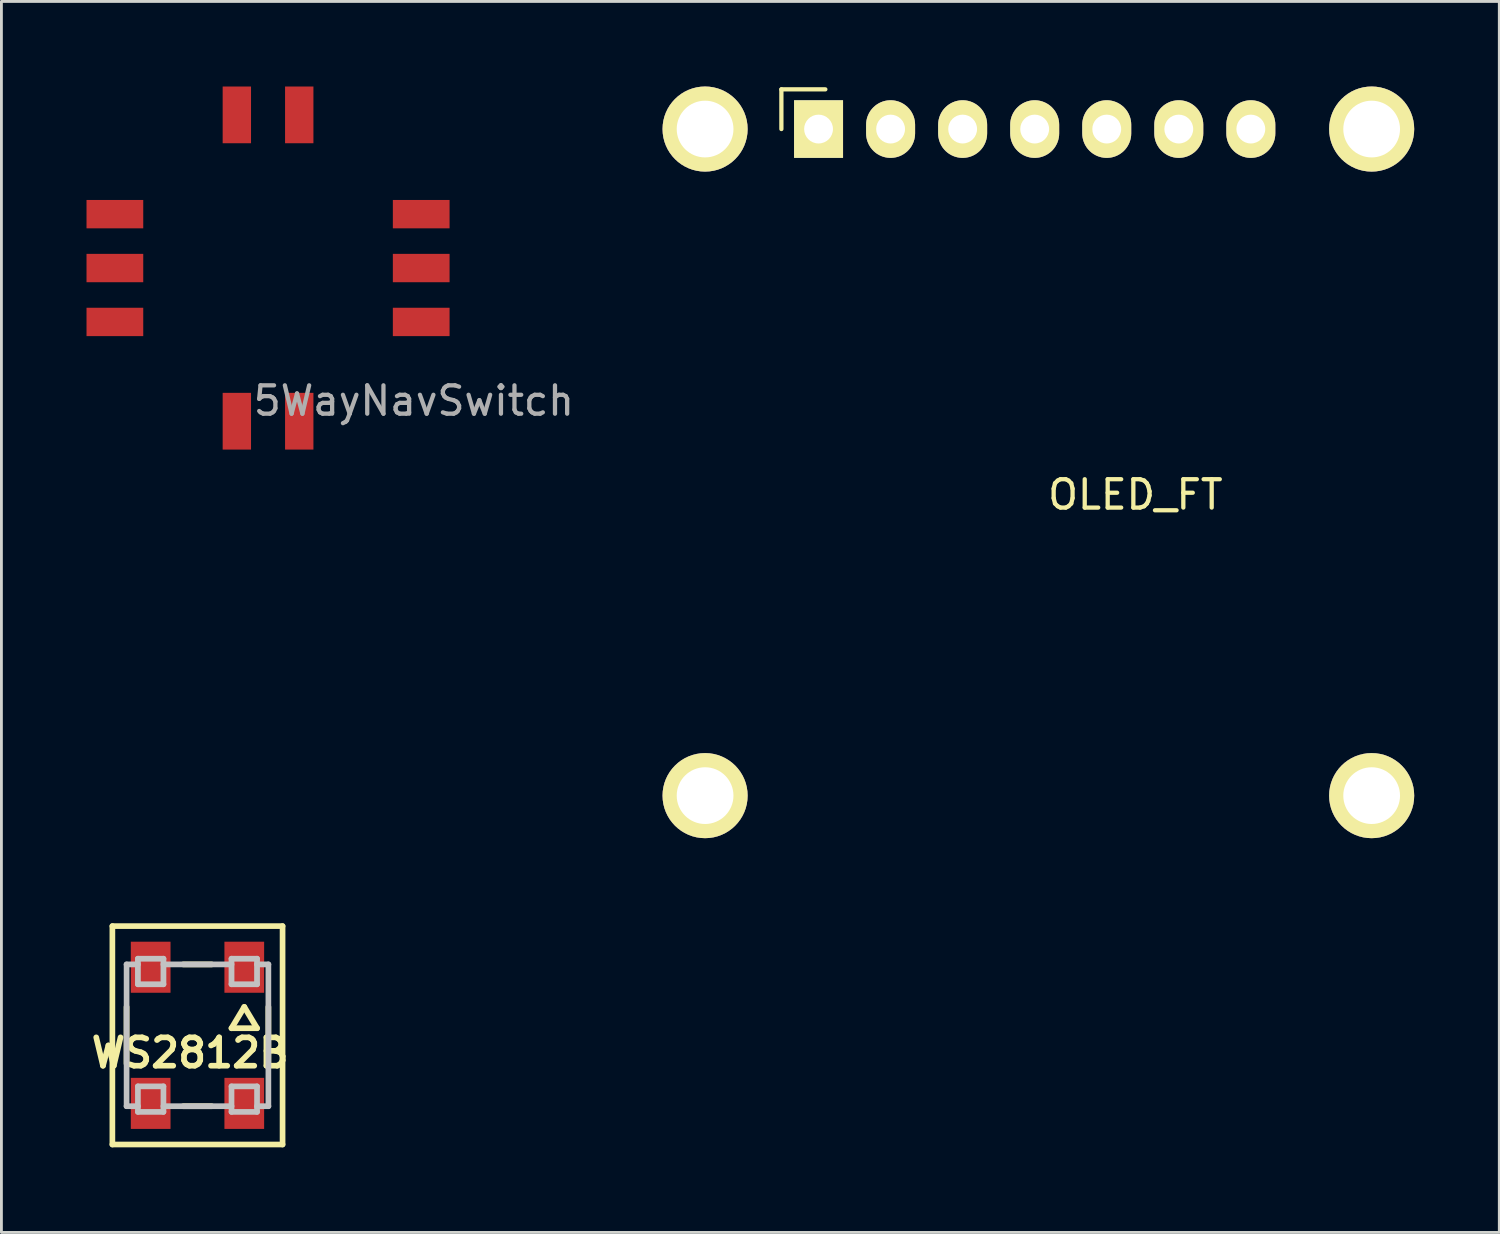
<source format=kicad_pcb>
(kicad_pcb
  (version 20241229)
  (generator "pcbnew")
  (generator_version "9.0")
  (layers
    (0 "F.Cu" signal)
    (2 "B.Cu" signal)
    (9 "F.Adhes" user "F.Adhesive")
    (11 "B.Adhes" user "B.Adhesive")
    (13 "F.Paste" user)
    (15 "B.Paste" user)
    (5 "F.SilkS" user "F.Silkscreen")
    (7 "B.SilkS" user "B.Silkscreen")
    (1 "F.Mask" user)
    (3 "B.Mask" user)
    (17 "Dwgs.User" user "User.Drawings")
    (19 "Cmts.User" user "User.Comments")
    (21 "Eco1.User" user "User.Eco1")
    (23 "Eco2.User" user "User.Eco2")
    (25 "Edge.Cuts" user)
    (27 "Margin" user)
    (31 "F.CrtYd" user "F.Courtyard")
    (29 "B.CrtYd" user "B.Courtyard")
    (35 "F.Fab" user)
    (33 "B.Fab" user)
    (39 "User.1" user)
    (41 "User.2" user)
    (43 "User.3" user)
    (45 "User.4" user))
  (footprint "WS2812B"
    (layer "F.Cu")
    (at 3.912 33.45)
    (property "Reference" "WS2812B" (at -0.26 0.62 0) (layer "F.SilkS") (effects (font (size 1 1) (thickness 0.2))))
    (attr through_hole)
    (fp_line (start -3 -3.85) (end 3 -3.85) (stroke (width 0.2) (type solid)) (layer "F.SilkS"))
    (fp_line (start -3 3.85) (end -3 -3.85) (stroke (width 0.2) (type solid)) (layer "F.SilkS"))
    (fp_line (start -2.5 -1) (end -2.5 1) (stroke (width 0.203) (type solid)) (layer "F.SilkS"))
    (fp_line (start -0.5 -2.5) (end 0.5 -2.5) (stroke (width 0.203) (type solid)) (layer "F.SilkS"))
    (fp_line (start -0.5 2.5) (end 0.5 2.5) (stroke (width 0.203) (type solid)) (layer "F.SilkS"))
    (fp_line (start 1.2 -0.25) (end 2.1 -0.25) (stroke (width 0.203) (type solid)) (layer "F.SilkS"))
    (fp_line (start 1.65 -1) (end 1.2 -0.25) (stroke (width 0.203) (type solid)) (layer "F.SilkS"))
    (fp_line (start 2.1 -0.25) (end 1.65 -1) (stroke (width 0.203) (type solid)) (layer "F.SilkS"))
    (fp_line (start 2.5 -1) (end 2.5 1) (stroke (width 0.203) (type solid)) (layer "F.SilkS"))
    (fp_line (start 3 -3.85) (end 3 3.85) (stroke (width 0.2) (type solid)) (layer "F.SilkS"))
    (fp_line (start 3 3.85) (end -3 3.85) (stroke (width 0.2) (type solid)) (layer "F.SilkS"))
    (fp_line (start -2.5 -2.5) (end -2.1 -2.5) (stroke (width 0.203) (type solid)) (layer "Dwgs.User"))
    (fp_line (start -2.5 2.5) (end -2.1 2.5) (stroke (width 0.203) (type solid)) (layer "Dwgs.User"))
    (fp_line (start -2.499 2.499) (end -2.499 -2.499) (stroke (width 0.2) (type solid)) (layer "Dwgs.User"))
    (fp_line (start -2.1 -2.7) (end -1.2 -2.7) (stroke (width 0.203) (type solid)) (layer "Dwgs.User"))
    (fp_line (start -2.1 -1.8) (end -2.1 -2.7) (stroke (width 0.203) (type solid)) (layer "Dwgs.User"))
    (fp_line (start -2.1 1.8) (end -1.2 1.8) (stroke (width 0.2) (type solid)) (layer "Dwgs.User"))
    (fp_line (start -2.1 2.7) (end -2.1 1.8) (stroke (width 0.2) (type solid)) (layer "Dwgs.User"))
    (fp_line (start -1.2 -2.7) (end -1.2 -1.8) (stroke (width 0.203) (type solid)) (layer "Dwgs.User"))
    (fp_line (start -1.2 -2.5) (end 1.2 -2.5) (stroke (width 0.203) (type solid)) (layer "Dwgs.User"))
    (fp_line (start -1.2 -1.8) (end -2.1 -1.8) (stroke (width 0.203) (type solid)) (layer "Dwgs.User"))
    (fp_line (start -1.2 1.8) (end -1.2 2.7) (stroke (width 0.2) (type solid)) (layer "Dwgs.User"))
    (fp_line (start -1.2 2.5) (end 1.2 2.5) (stroke (width 0.203) (type solid)) (layer "Dwgs.User"))
    (fp_line (start -1.2 2.7) (end -2.1 2.7) (stroke (width 0.2) (type solid)) (layer "Dwgs.User"))
    (fp_line (start 1.2 -2.7) (end 1.2 -1.8) (stroke (width 0.203) (type solid)) (layer "Dwgs.User"))
    (fp_line (start 1.2 -1.8) (end 2.1 -1.8) (stroke (width 0.203) (type solid)) (layer "Dwgs.User"))
    (fp_line (start 1.2 1.8) (end 2.1 1.8) (stroke (width 0.2) (type solid)) (layer "Dwgs.User"))
    (fp_line (start 1.2 2.7) (end 1.2 1.8) (stroke (width 0.2) (type solid)) (layer "Dwgs.User"))
    (fp_line (start 2.1 -2.7) (end 1.2 -2.7) (stroke (width 0.203) (type solid)) (layer "Dwgs.User"))
    (fp_line (start 2.1 -2.5) (end 2.5 -2.5) (stroke (width 0.203) (type solid)) (layer "Dwgs.User"))
    (fp_line (start 2.1 -1.8) (end 2.1 -2.7) (stroke (width 0.203) (type solid)) (layer "Dwgs.User"))
    (fp_line (start 2.1 1.8) (end 2.1 2.7) (stroke (width 0.2) (type solid)) (layer "Dwgs.User"))
    (fp_line (start 2.1 2.5) (end 2.5 2.5) (stroke (width 0.203) (type solid)) (layer "Dwgs.User"))
    (fp_line (start 2.1 2.7) (end 1.2 2.7) (stroke (width 0.2) (type solid)) (layer "Dwgs.User"))
    (fp_line (start 2.5 -2.5) (end 2.5 2.5) (stroke (width 0.2) (type solid)) (layer "Dwgs.User"))
    (pad "1" smd rect (at 1.65 -2.4) (size 1.4 1.8) (layers "F.Cu" "F.Mask" "F.Paste"))
    (pad "2" smd rect (at -1.65 -2.4) (size 1.4 1.8) (layers "F.Cu" "F.Mask" "F.Paste"))
    (pad "3" smd rect (at -1.65 2.4) (size 1.4 1.8) (layers "F.Cu" "F.Mask" "F.Paste"))
    (pad "4" smd rect (at 1.65 2.4) (size 1.4 1.8) (layers "F.Cu" "F.Mask" "F.Paste")))
  (footprint "OLED_FT"
    (layer "F.Cu")
    (at 29.348 1.5)
    (property "Reference" "OLED_FT" (at 7.63 12.89 0) (layer "F.SilkS") (effects (font (size 1 1) (thickness 0.15))))
    (attr through_hole)
    (fp_line (start -4.85 -1.4) (end -4.85 0) (stroke (width 0.15) (type solid)) (layer "F.SilkS"))
    (fp_line (start -3.3 -1.4) (end -4.85 -1.4) (stroke (width 0.15) (type solid)) (layer "F.SilkS"))
    (pad "" thru_hole circle (at -7.54 0) (size 3 3) (drill 2) (layers "*.Cu" "*.Mask" "F.SilkS"))
    (pad "" thru_hole circle (at -7.54 23.5) (size 3 3) (drill 2) (layers "*.Cu" "*.Mask" "F.SilkS"))
    (pad "" thru_hole circle (at 15.96 0) (size 3 3) (drill 2) (layers "*.Cu" "*.Mask" "F.SilkS"))
    (pad "" thru_hole circle (at 15.96 23.5) (size 3 3) (drill 2) (layers "*.Cu" "*.Mask" "F.SilkS"))
    (pad "1" thru_hole rect (at -3.54 0) (size 1.727 2.032) (drill 1.016) (layers "*.Cu" "*.Mask" "F.SilkS"))
    (pad "2" thru_hole oval (at -1 0) (size 1.727 2.032) (drill 1.016) (layers "*.Cu" "*.Mask" "F.SilkS"))
    (pad "3" thru_hole oval (at 1.54 0) (size 1.727 2.032) (drill 1.016) (layers "*.Cu" "*.Mask" "F.SilkS"))
    (pad "4" thru_hole oval (at 4.08 0) (size 1.727 2.032) (drill 1.016) (layers "*.Cu" "*.Mask" "F.SilkS"))
    (pad "5" thru_hole oval (at 6.62 0) (size 1.727 2.032) (drill 1.016) (layers "*.Cu" "*.Mask" "F.SilkS"))
    (pad "6" thru_hole oval (at 9.16 0) (size 1.727 2.032) (drill 1.016) (layers "*.Cu" "*.Mask" "F.SilkS"))
    (pad "7" thru_hole oval (at 11.7 0) (size 1.727 2.032) (drill 1.016) (layers "*.Cu" "*.Mask" "F.SilkS")))
  (footprint "5WayNavSwitch"
    (layer "F.Cu")
    (at 6.4 6.4)
    (property "Reference" "5WayNavSwitch" (at 5.14 4.68 180) (layer "F.Fab") (effects (font (size 1 1) (thickness 0.15))))
    (attr through_hole)
    (pad "A" smd trapezoid (at -1.1 -5.4) (size 1 2) (layers "F.Cu" "F.Mask" "F.Paste"))
    (pad "B" smd trapezoid (at -1.1 5.4) (size 1 2) (layers "F.Cu" "F.Mask" "F.Paste"))
    (pad "C" smd trapezoid (at 1.1 5.4) (size 1 2) (layers "F.Cu" "F.Mask" "F.Paste"))
    (pad "Com1" smd trapezoid (at -5.4 -1.9) (size 2 1) (layers "F.Cu" "F.Mask" "F.Paste"))
    (pad "Com2" smd trapezoid (at -5.4 1.9) (size 2 1) (layers "F.Cu" "F.Mask" "F.Paste"))
    (pad "Com3" smd trapezoid (at 5.4 1.9) (size 2 1) (layers "F.Cu" "F.Mask" "F.Paste"))
    (pad "Com4" smd trapezoid (at 5.4 -1.9) (size 2 1) (layers "F.Cu" "F.Mask" "F.Paste"))
    (pad "Com5" smd trapezoid (at -5.4 0) (size 2 1) (layers "F.Cu" "F.Mask" "F.Paste"))
    (pad "D" smd trapezoid (at 1.1 -5.4) (size 1 2) (layers "F.Cu" "F.Mask" "F.Paste"))
    (pad "E" smd trapezoid (at 5.4 0) (size 2 1) (layers "F.Cu" "F.Mask" "F.Paste")))
  (gr_rect
    (start -3 -3)
    (end 49.808 40.4)
    (stroke (width 0.1) (type default))
    (fill no)
    (layer "Edge.Cuts")))
</source>
